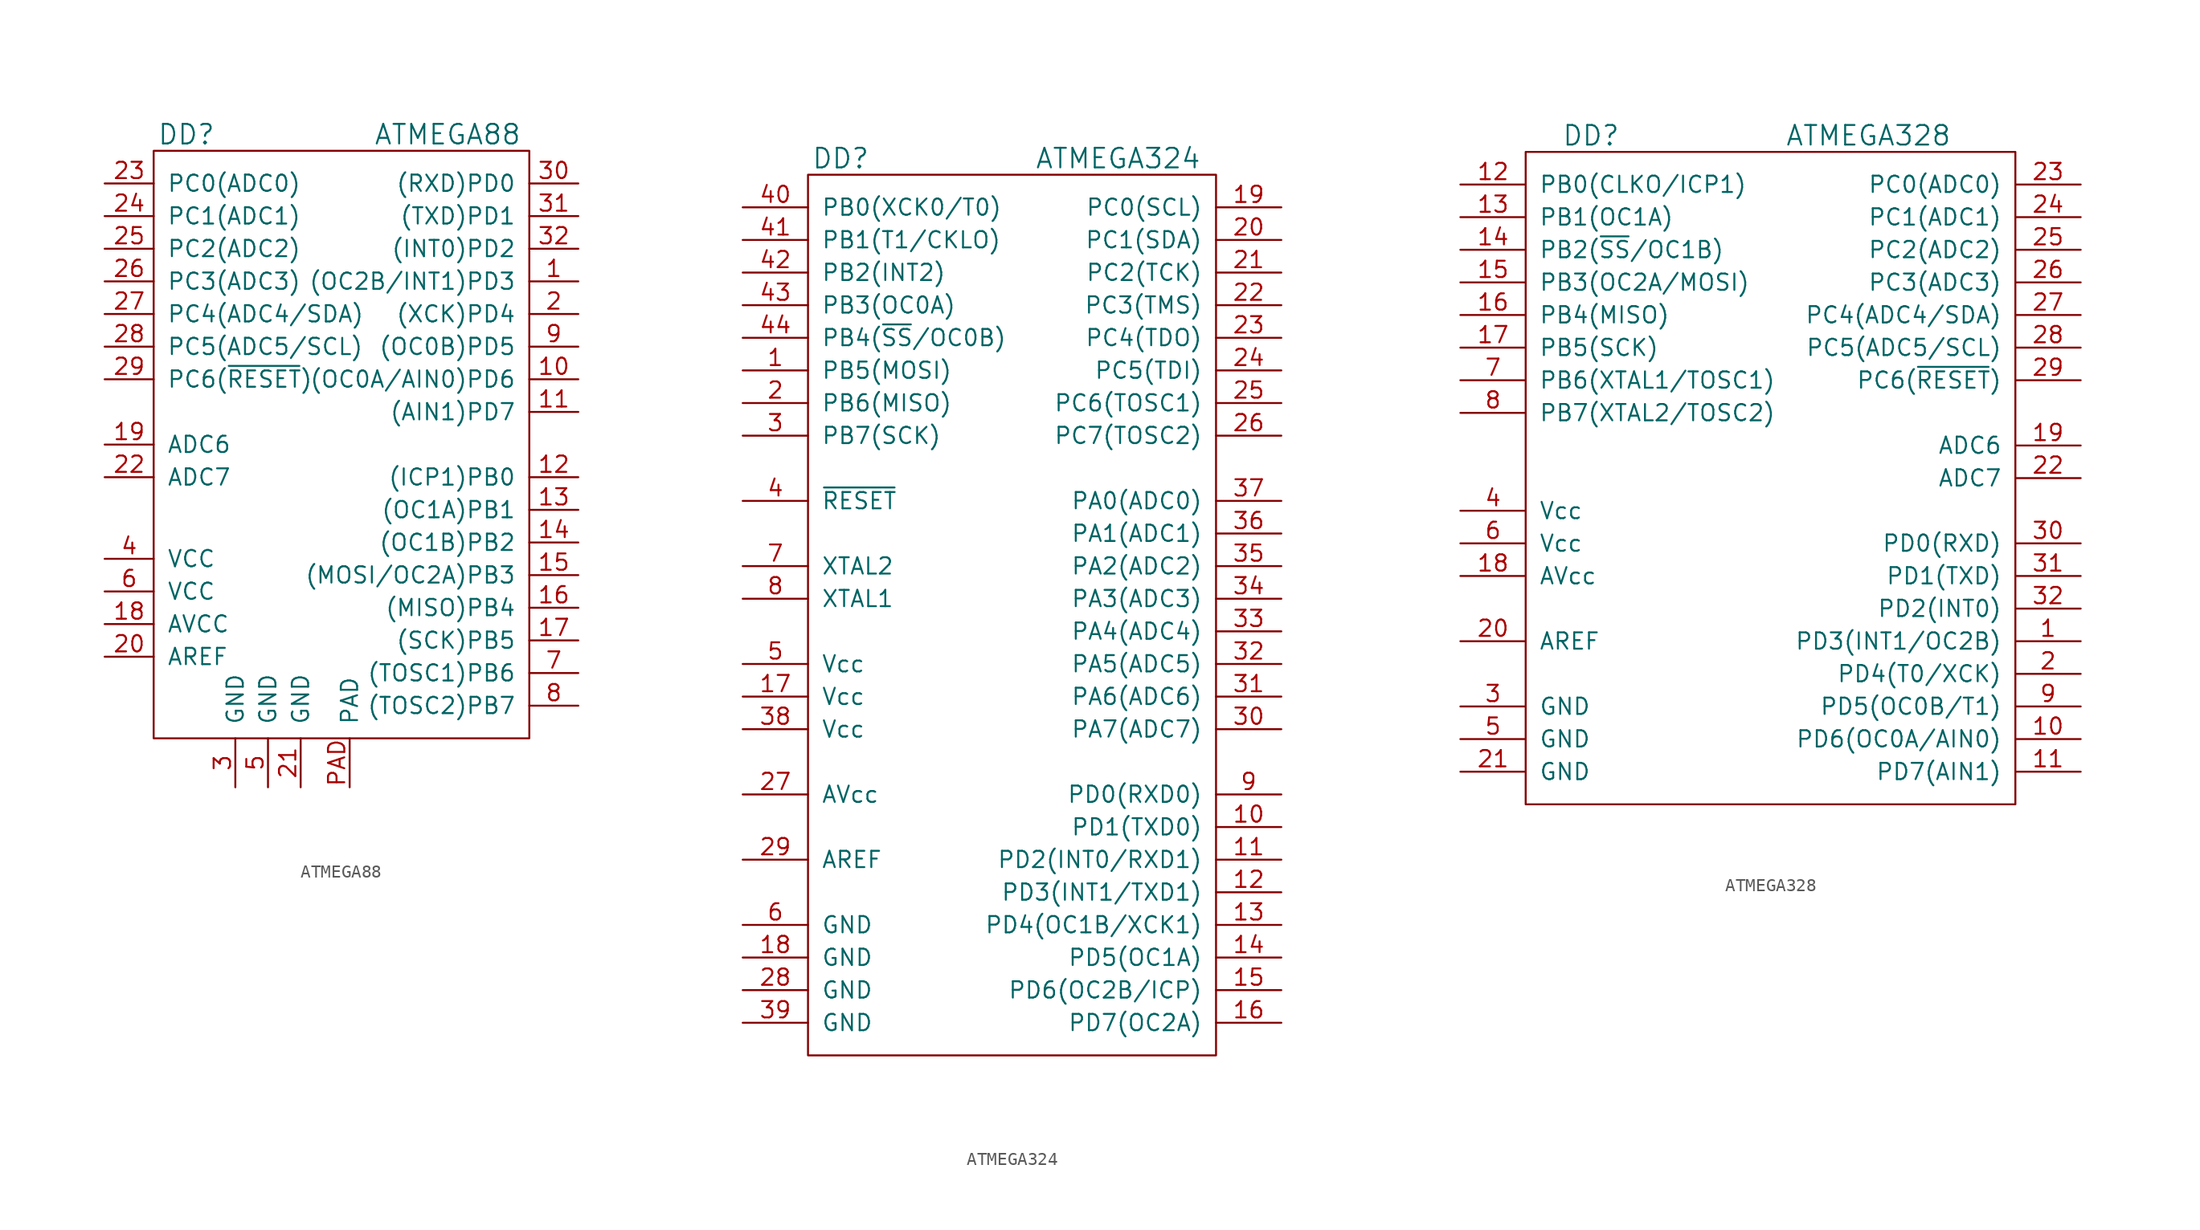
<source format=kicad_sym>
(kicad_symbol_lib
  (version 20200908)
  (generator kicad_symbol_editor)
  (symbol "Atmel_kl:ATMEGA88"
    (pin_names
      (offset 1.016))
    (property "Reference" "DD"
      (at -11.43 34.29 0)
      (effects (font (size 1.524 1.524))))
    (property "Value" "ATMEGA88"
      (at 8.89 34.29 0)
      (effects (font (size 1.524 1.524))))
    (property "Footprint" ""
      (at 0 0 0)
      (effects (font (size 1.524 1.524))))
    (property "Datasheet" ""
      (at 0 0 0)
      (effects (font (size 1.524 1.524))))
    (symbol "ATMEGA88_0_1"
      (rectangle (start -13.97 33.02) (end 15.24 -12.7) (stroke (width 0)) (fill (type none))))
    (symbol "ATMEGA88_1_1"
      (pin passive line (at 19.05 22.86 180) (length 3.81) (name "(OC2B/INT1)PD3" (effects (font (size 1.27 1.27)))) (number "1" (effects (font (size 1.27 1.27)))))
      (pin passive line (at 19.05 20.32 180) (length 3.81) (name "(XCK)PD4" (effects (font (size 1.27 1.27)))) (number "2" (effects (font (size 1.27 1.27)))))
      (pin power_in line (at -7.62 -16.51 90) (length 3.81) (name "GND" (effects (font (size 1.27 1.27)))) (number "3" (effects (font (size 1.27 1.27)))))
      (pin power_in line (at -17.78 1.27 0) (length 3.81) (name "VCC" (effects (font (size 1.27 1.27)))) (number "4" (effects (font (size 1.27 1.27)))))
      (pin power_in line (at -5.08 -16.51 90) (length 3.81) (name "GND" (effects (font (size 1.27 1.27)))) (number "5" (effects (font (size 1.27 1.27)))))
      (pin power_in line (at -17.78 -1.27 0) (length 3.81) (name "VCC" (effects (font (size 1.27 1.27)))) (number "6" (effects (font (size 1.27 1.27)))))
      (pin passive line (at 19.05 -7.62 180) (length 3.81) (name "(TOSC1)PB6" (effects (font (size 1.27 1.27)))) (number "7" (effects (font (size 1.27 1.27)))))
      (pin passive line (at 19.05 -10.16 180) (length 3.81) (name "(TOSC2)PB7" (effects (font (size 1.27 1.27)))) (number "8" (effects (font (size 1.27 1.27)))))
      (pin passive line (at 19.05 17.78 180) (length 3.81) (name "(OC0B)PD5" (effects (font (size 1.27 1.27)))) (number "9" (effects (font (size 1.27 1.27)))))
      (pin passive line (at 19.05 15.24 180) (length 3.81) (name "(OC0A/AIN0)PD6" (effects (font (size 1.27 1.27)))) (number "10" (effects (font (size 1.27 1.27)))))
      (pin passive line (at -17.78 -6.35 0) (length 3.81) (name "AREF" (effects (font (size 1.27 1.27)))) (number "20" (effects (font (size 1.27 1.27)))))
      (pin passive line (at 19.05 30.48 180) (length 3.81) (name "(RXD)PD0" (effects (font (size 1.27 1.27)))) (number "30" (effects (font (size 1.27 1.27)))))
      (pin passive line (at 19.05 12.7 180) (length 3.81) (name "(AIN1)PD7" (effects (font (size 1.27 1.27)))) (number "11" (effects (font (size 1.27 1.27)))))
      (pin power_in line (at -2.54 -16.51 90) (length 3.81) (name "GND" (effects (font (size 1.27 1.27)))) (number "21" (effects (font (size 1.27 1.27)))))
      (pin passive line (at 19.05 27.94 180) (length 3.81) (name "(TXD)PD1" (effects (font (size 1.27 1.27)))) (number "31" (effects (font (size 1.27 1.27)))))
      (pin passive line (at 19.05 7.62 180) (length 3.81) (name "(ICP1)PB0" (effects (font (size 1.27 1.27)))) (number "12" (effects (font (size 1.27 1.27)))))
      (pin input line (at -17.78 7.62 0) (length 3.81) (name "ADC7" (effects (font (size 1.27 1.27)))) (number "22" (effects (font (size 1.27 1.27)))))
      (pin passive line (at 19.05 25.4 180) (length 3.81) (name "(INT0)PD2" (effects (font (size 1.27 1.27)))) (number "32" (effects (font (size 1.27 1.27)))))
      (pin passive line (at 19.05 5.08 180) (length 3.81) (name "(OC1A)PB1" (effects (font (size 1.27 1.27)))) (number "13" (effects (font (size 1.27 1.27)))))
      (pin passive line (at -17.78 30.48 0) (length 3.81) (name "PC0(ADC0)" (effects (font (size 1.27 1.27)))) (number "23" (effects (font (size 1.27 1.27)))))
      (pin passive line (at 19.05 2.54 180) (length 3.81) (name "(OC1B)PB2" (effects (font (size 1.27 1.27)))) (number "14" (effects (font (size 1.27 1.27)))))
      (pin passive line (at -17.78 27.94 0) (length 3.81) (name "PC1(ADC1)" (effects (font (size 1.27 1.27)))) (number "24" (effects (font (size 1.27 1.27)))))
      (pin passive line (at 19.05 0 180) (length 3.81) (name "(MOSI/OC2A)PB3" (effects (font (size 1.27 1.27)))) (number "15" (effects (font (size 1.27 1.27)))))
      (pin passive line (at -17.78 25.4 0) (length 3.81) (name "PC2(ADC2)" (effects (font (size 1.27 1.27)))) (number "25" (effects (font (size 1.27 1.27)))))
      (pin passive line (at 19.05 -2.54 180) (length 3.81) (name "(MISO)PB4" (effects (font (size 1.27 1.27)))) (number "16" (effects (font (size 1.27 1.27)))))
      (pin passive line (at -17.78 22.86 0) (length 3.81) (name "PC3(ADC3)" (effects (font (size 1.27 1.27)))) (number "26" (effects (font (size 1.27 1.27)))))
      (pin passive line (at 19.05 -5.08 180) (length 3.81) (name "(SCK)PB5" (effects (font (size 1.27 1.27)))) (number "17" (effects (font (size 1.27 1.27)))))
      (pin passive line (at -17.78 20.32 0) (length 3.81) (name "PC4(ADC4/SDA)" (effects (font (size 1.27 1.27)))) (number "27" (effects (font (size 1.27 1.27)))))
      (pin power_in line (at -17.78 -3.81 0) (length 3.81) (name "AVCC" (effects (font (size 1.27 1.27)))) (number "18" (effects (font (size 1.27 1.27)))))
      (pin passive line (at -17.78 17.78 0) (length 3.81) (name "PC5(ADC5/SCL)" (effects (font (size 1.27 1.27)))) (number "28" (effects (font (size 1.27 1.27)))))
      (pin input line (at -17.78 10.16 0) (length 3.81) (name "ADC6" (effects (font (size 1.27 1.27)))) (number "19" (effects (font (size 1.27 1.27)))))
      (pin passive line (at -17.78 15.24 0) (length 3.81) (name "PC6(~RESET~)" (effects (font (size 1.27 1.27)))) (number "29" (effects (font (size 1.27 1.27)))))
      (pin passive line (at 1.27 -16.51 90) (length 3.81) (name "PAD" (effects (font (size 1.27 1.27)))) (number "PAD" (effects (font (size 1.27 1.27)))))))
  (symbol "Atmel_kl:ATMEGA324"
    (pin_names
      (offset 1.016))
    (property "Reference" "DD"
      (at -13.97 35.56 0)
      (effects (font (size 1.524 1.524))))
    (property "Value" "ATMEGA324"
      (at 7.62 35.56 0)
      (effects (font (size 1.524 1.524))))
    (property "Footprint" ""
      (at 0 0 0)
      (effects (font (size 1.524 1.524))))
    (property "Datasheet" ""
      (at 0 0 0)
      (effects (font (size 1.524 1.524))))
    (symbol "ATMEGA324_0_1"
      (rectangle (start -16.51 34.29) (end 15.24 -34.29) (stroke (width 0)) (fill (type none))))
    (symbol "ATMEGA324_1_1"
      (pin passive line (at -21.59 19.05 0) (length 5.08) (name "PB5(MOSI)" (effects (font (size 1.27 1.27)))) (number "1" (effects (font (size 1.27 1.27)))))
      (pin passive line (at -21.59 16.51 0) (length 5.08) (name "PB6(MISO)" (effects (font (size 1.27 1.27)))) (number "2" (effects (font (size 1.27 1.27)))))
      (pin passive line (at -21.59 13.97 0) (length 5.08) (name "PB7(SCK)" (effects (font (size 1.27 1.27)))) (number "3" (effects (font (size 1.27 1.27)))))
      (pin passive line (at -21.59 8.89 0) (length 5.08) (name "~RESET" (effects (font (size 1.27 1.27)))) (number "4" (effects (font (size 1.27 1.27)))))
      (pin power_in line (at -21.59 -3.81 0) (length 5.08) (name "Vcc" (effects (font (size 1.27 1.27)))) (number "5" (effects (font (size 1.27 1.27)))))
      (pin power_in line (at -21.59 -24.13 0) (length 5.08) (name "GND" (effects (font (size 1.27 1.27)))) (number "6" (effects (font (size 1.27 1.27)))))
      (pin passive line (at -21.59 3.81 0) (length 5.08) (name "XTAL2" (effects (font (size 1.27 1.27)))) (number "7" (effects (font (size 1.27 1.27)))))
      (pin passive line (at -21.59 1.27 0) (length 5.08) (name "XTAL1" (effects (font (size 1.27 1.27)))) (number "8" (effects (font (size 1.27 1.27)))))
      (pin passive line (at 20.32 -13.97 180) (length 5.08) (name "PD0(RXD0)" (effects (font (size 1.27 1.27)))) (number "9" (effects (font (size 1.27 1.27)))))
      (pin passive line (at 20.32 -16.51 180) (length 5.08) (name "PD1(TXD0)" (effects (font (size 1.27 1.27)))) (number "10" (effects (font (size 1.27 1.27)))))
      (pin passive line (at 20.32 29.21 180) (length 5.08) (name "PC1(SDA)" (effects (font (size 1.27 1.27)))) (number "20" (effects (font (size 1.27 1.27)))))
      (pin passive line (at 20.32 -8.89 180) (length 5.08) (name "PA7(ADC7)" (effects (font (size 1.27 1.27)))) (number "30" (effects (font (size 1.27 1.27)))))
      (pin passive line (at -21.59 31.75 0) (length 5.08) (name "PB0(XCK0/T0)" (effects (font (size 1.27 1.27)))) (number "40" (effects (font (size 1.27 1.27)))))
      (pin passive line (at 20.32 -19.05 180) (length 5.08) (name "PD2(INT0/RXD1)" (effects (font (size 1.27 1.27)))) (number "11" (effects (font (size 1.27 1.27)))))
      (pin passive line (at 20.32 26.67 180) (length 5.08) (name "PC2(TCK)" (effects (font (size 1.27 1.27)))) (number "21" (effects (font (size 1.27 1.27)))))
      (pin passive line (at 20.32 -6.35 180) (length 5.08) (name "PA6(ADC6)" (effects (font (size 1.27 1.27)))) (number "31" (effects (font (size 1.27 1.27)))))
      (pin passive line (at -21.59 29.21 0) (length 5.08) (name "PB1(T1/CKLO)" (effects (font (size 1.27 1.27)))) (number "41" (effects (font (size 1.27 1.27)))))
      (pin passive line (at 20.32 -21.59 180) (length 5.08) (name "PD3(INT1/TXD1)" (effects (font (size 1.27 1.27)))) (number "12" (effects (font (size 1.27 1.27)))))
      (pin passive line (at 20.32 24.13 180) (length 5.08) (name "PC3(TMS)" (effects (font (size 1.27 1.27)))) (number "22" (effects (font (size 1.27 1.27)))))
      (pin passive line (at 20.32 -3.81 180) (length 5.08) (name "PA5(ADC5)" (effects (font (size 1.27 1.27)))) (number "32" (effects (font (size 1.27 1.27)))))
      (pin passive line (at -21.59 26.67 0) (length 5.08) (name "PB2(INT2)" (effects (font (size 1.27 1.27)))) (number "42" (effects (font (size 1.27 1.27)))))
      (pin passive line (at 20.32 -24.13 180) (length 5.08) (name "PD4(OC1B/XCK1)" (effects (font (size 1.27 1.27)))) (number "13" (effects (font (size 1.27 1.27)))))
      (pin passive line (at 20.32 21.59 180) (length 5.08) (name "PC4(TDO)" (effects (font (size 1.27 1.27)))) (number "23" (effects (font (size 1.27 1.27)))))
      (pin passive line (at 20.32 -1.27 180) (length 5.08) (name "PA4(ADC4)" (effects (font (size 1.27 1.27)))) (number "33" (effects (font (size 1.27 1.27)))))
      (pin passive line (at -21.59 24.13 0) (length 5.08) (name "PB3(OC0A)" (effects (font (size 1.27 1.27)))) (number "43" (effects (font (size 1.27 1.27)))))
      (pin passive line (at 20.32 -26.67 180) (length 5.08) (name "PD5(OC1A)" (effects (font (size 1.27 1.27)))) (number "14" (effects (font (size 1.27 1.27)))))
      (pin passive line (at 20.32 19.05 180) (length 5.08) (name "PC5(TDI)" (effects (font (size 1.27 1.27)))) (number "24" (effects (font (size 1.27 1.27)))))
      (pin passive line (at 20.32 1.27 180) (length 5.08) (name "PA3(ADC3)" (effects (font (size 1.27 1.27)))) (number "34" (effects (font (size 1.27 1.27)))))
      (pin passive line (at -21.59 21.59 0) (length 5.08) (name "PB4(~SS~/OC0B)" (effects (font (size 1.27 1.27)))) (number "44" (effects (font (size 1.27 1.27)))))
      (pin passive line (at 20.32 -29.21 180) (length 5.08) (name "PD6(OC2B/ICP)" (effects (font (size 1.27 1.27)))) (number "15" (effects (font (size 1.27 1.27)))))
      (pin passive line (at 20.32 16.51 180) (length 5.08) (name "PC6(TOSC1)" (effects (font (size 1.27 1.27)))) (number "25" (effects (font (size 1.27 1.27)))))
      (pin passive line (at 20.32 3.81 180) (length 5.08) (name "PA2(ADC2)" (effects (font (size 1.27 1.27)))) (number "35" (effects (font (size 1.27 1.27)))))
      (pin passive line (at 20.32 -31.75 180) (length 5.08) (name "PD7(OC2A)" (effects (font (size 1.27 1.27)))) (number "16" (effects (font (size 1.27 1.27)))))
      (pin passive line (at 20.32 13.97 180) (length 5.08) (name "PC7(TOSC2)" (effects (font (size 1.27 1.27)))) (number "26" (effects (font (size 1.27 1.27)))))
      (pin passive line (at 20.32 6.35 180) (length 5.08) (name "PA1(ADC1)" (effects (font (size 1.27 1.27)))) (number "36" (effects (font (size 1.27 1.27)))))
      (pin power_in line (at -21.59 -6.35 0) (length 5.08) (name "Vcc" (effects (font (size 1.27 1.27)))) (number "17" (effects (font (size 1.27 1.27)))))
      (pin power_in line (at -21.59 -13.97 0) (length 5.08) (name "AVcc" (effects (font (size 1.27 1.27)))) (number "27" (effects (font (size 1.27 1.27)))))
      (pin passive line (at 20.32 8.89 180) (length 5.08) (name "PA0(ADC0)" (effects (font (size 1.27 1.27)))) (number "37" (effects (font (size 1.27 1.27)))))
      (pin power_in line (at -21.59 -26.67 0) (length 5.08) (name "GND" (effects (font (size 1.27 1.27)))) (number "18" (effects (font (size 1.27 1.27)))))
      (pin power_in line (at -21.59 -29.21 0) (length 5.08) (name "GND" (effects (font (size 1.27 1.27)))) (number "28" (effects (font (size 1.27 1.27)))))
      (pin power_in line (at -21.59 -8.89 0) (length 5.08) (name "Vcc" (effects (font (size 1.27 1.27)))) (number "38" (effects (font (size 1.27 1.27)))))
      (pin passive line (at 20.32 31.75 180) (length 5.08) (name "PC0(SCL)" (effects (font (size 1.27 1.27)))) (number "19" (effects (font (size 1.27 1.27)))))
      (pin passive line (at -21.59 -19.05 0) (length 5.08) (name "AREF" (effects (font (size 1.27 1.27)))) (number "29" (effects (font (size 1.27 1.27)))))
      (pin power_in line (at -21.59 -31.75 0) (length 5.08) (name "GND" (effects (font (size 1.27 1.27)))) (number "39" (effects (font (size 1.27 1.27)))))))
  (symbol "Atmel_kl:ATMEGA328"
    (pin_names
      (offset 1.016))
    (property "Reference" "DD"
      (at -13.97 26.67 0)
      (effects (font (size 1.524 1.524))))
    (property "Value" "ATMEGA328"
      (at 7.62 26.67 0)
      (effects (font (size 1.524 1.524))))
    (property "Footprint" ""
      (at 0 -8.89 0)
      (effects (font (size 1.524 1.524))))
    (property "Datasheet" ""
      (at 0 -8.89 0)
      (effects (font (size 1.524 1.524))))
    (symbol "ATMEGA328_0_1"
      (rectangle (start 19.05 25.4) (end -19.05 -25.4) (stroke (width 0)) (fill (type none))))
    (symbol "ATMEGA328_1_1"
      (pin passive line (at 24.13 -12.7 180) (length 5.08) (name "PD3(INT1/OC2B)" (effects (font (size 1.27 1.27)))) (number "1" (effects (font (size 1.27 1.27)))))
      (pin passive line (at 24.13 -15.24 180) (length 5.08) (name "PD4(T0/XCK)" (effects (font (size 1.27 1.27)))) (number "2" (effects (font (size 1.27 1.27)))))
      (pin power_in line (at -24.13 -17.78 0) (length 5.08) (name "GND" (effects (font (size 1.27 1.27)))) (number "3" (effects (font (size 1.27 1.27)))))
      (pin power_in line (at -24.13 -2.54 0) (length 5.08) (name "Vcc" (effects (font (size 1.27 1.27)))) (number "4" (effects (font (size 1.27 1.27)))))
      (pin power_in line (at -24.13 -20.32 0) (length 5.08) (name "GND" (effects (font (size 1.27 1.27)))) (number "5" (effects (font (size 1.27 1.27)))))
      (pin power_in line (at -24.13 -5.08 0) (length 5.08) (name "Vcc" (effects (font (size 1.27 1.27)))) (number "6" (effects (font (size 1.27 1.27)))))
      (pin passive line (at -24.13 7.62 0) (length 5.08) (name "PB6(XTAL1/TOSC1)" (effects (font (size 1.27 1.27)))) (number "7" (effects (font (size 1.27 1.27)))))
      (pin passive line (at -24.13 5.08 0) (length 5.08) (name "PB7(XTAL2/TOSC2)" (effects (font (size 1.27 1.27)))) (number "8" (effects (font (size 1.27 1.27)))))
      (pin passive line (at 24.13 -17.78 180) (length 5.08) (name "PD5(OC0B/T1)" (effects (font (size 1.27 1.27)))) (number "9" (effects (font (size 1.27 1.27)))))
      (pin passive line (at 24.13 -20.32 180) (length 5.08) (name "PD6(OC0A/AIN0)" (effects (font (size 1.27 1.27)))) (number "10" (effects (font (size 1.27 1.27)))))
      (pin passive line (at -24.13 -12.7 0) (length 5.08) (name "AREF" (effects (font (size 1.27 1.27)))) (number "20" (effects (font (size 1.27 1.27)))))
      (pin passive line (at 24.13 -5.08 180) (length 5.08) (name "PD0(RXD)" (effects (font (size 1.27 1.27)))) (number "30" (effects (font (size 1.27 1.27)))))
      (pin passive line (at 24.13 -22.86 180) (length 5.08) (name "PD7(AIN1)" (effects (font (size 1.27 1.27)))) (number "11" (effects (font (size 1.27 1.27)))))
      (pin power_in line (at -24.13 -22.86 0) (length 5.08) (name "GND" (effects (font (size 1.27 1.27)))) (number "21" (effects (font (size 1.27 1.27)))))
      (pin passive line (at 24.13 -7.62 180) (length 5.08) (name "PD1(TXD)" (effects (font (size 1.27 1.27)))) (number "31" (effects (font (size 1.27 1.27)))))
      (pin passive line (at -24.13 22.86 0) (length 5.08) (name "PB0(CLKO/ICP1)" (effects (font (size 1.27 1.27)))) (number "12" (effects (font (size 1.27 1.27)))))
      (pin passive line (at 24.13 0 180) (length 5.08) (name "ADC7" (effects (font (size 1.27 1.27)))) (number "22" (effects (font (size 1.27 1.27)))))
      (pin passive line (at 24.13 -10.16 180) (length 5.08) (name "PD2(INT0)" (effects (font (size 1.27 1.27)))) (number "32" (effects (font (size 1.27 1.27)))))
      (pin passive line (at -24.13 20.32 0) (length 5.08) (name "PB1(OC1A)" (effects (font (size 1.27 1.27)))) (number "13" (effects (font (size 1.27 1.27)))))
      (pin passive line (at 24.13 22.86 180) (length 5.08) (name "PC0(ADC0)" (effects (font (size 1.27 1.27)))) (number "23" (effects (font (size 1.27 1.27)))))
      (pin passive line (at -24.13 17.78 0) (length 5.08) (name "PB2(~SS~/OC1B)" (effects (font (size 1.27 1.27)))) (number "14" (effects (font (size 1.27 1.27)))))
      (pin passive line (at 24.13 20.32 180) (length 5.08) (name "PC1(ADC1)" (effects (font (size 1.27 1.27)))) (number "24" (effects (font (size 1.27 1.27)))))
      (pin passive line (at -24.13 15.24 0) (length 5.08) (name "PB3(OC2A/MOSI)" (effects (font (size 1.27 1.27)))) (number "15" (effects (font (size 1.27 1.27)))))
      (pin passive line (at 24.13 17.78 180) (length 5.08) (name "PC2(ADC2)" (effects (font (size 1.27 1.27)))) (number "25" (effects (font (size 1.27 1.27)))))
      (pin passive line (at -24.13 12.7 0) (length 5.08) (name "PB4(MISO)" (effects (font (size 1.27 1.27)))) (number "16" (effects (font (size 1.27 1.27)))))
      (pin passive line (at 24.13 15.24 180) (length 5.08) (name "PC3(ADC3)" (effects (font (size 1.27 1.27)))) (number "26" (effects (font (size 1.27 1.27)))))
      (pin passive line (at -24.13 10.16 0) (length 5.08) (name "PB5(SCK)" (effects (font (size 1.27 1.27)))) (number "17" (effects (font (size 1.27 1.27)))))
      (pin passive line (at 24.13 12.7 180) (length 5.08) (name "PC4(ADC4/SDA)" (effects (font (size 1.27 1.27)))) (number "27" (effects (font (size 1.27 1.27)))))
      (pin power_in line (at -24.13 -7.62 0) (length 5.08) (name "AVcc" (effects (font (size 1.27 1.27)))) (number "18" (effects (font (size 1.27 1.27)))))
      (pin passive line (at 24.13 10.16 180) (length 5.08) (name "PC5(ADC5/SCL)" (effects (font (size 1.27 1.27)))) (number "28" (effects (font (size 1.27 1.27)))))
      (pin passive line (at 24.13 2.54 180) (length 5.08) (name "ADC6" (effects (font (size 1.27 1.27)))) (number "19" (effects (font (size 1.27 1.27)))))
      (pin passive line (at 24.13 7.62 180) (length 5.08) (name "PC6(~RESET~)" (effects (font (size 1.27 1.27)))) (number "29" (effects (font (size 1.27 1.27))))))))
</source>
